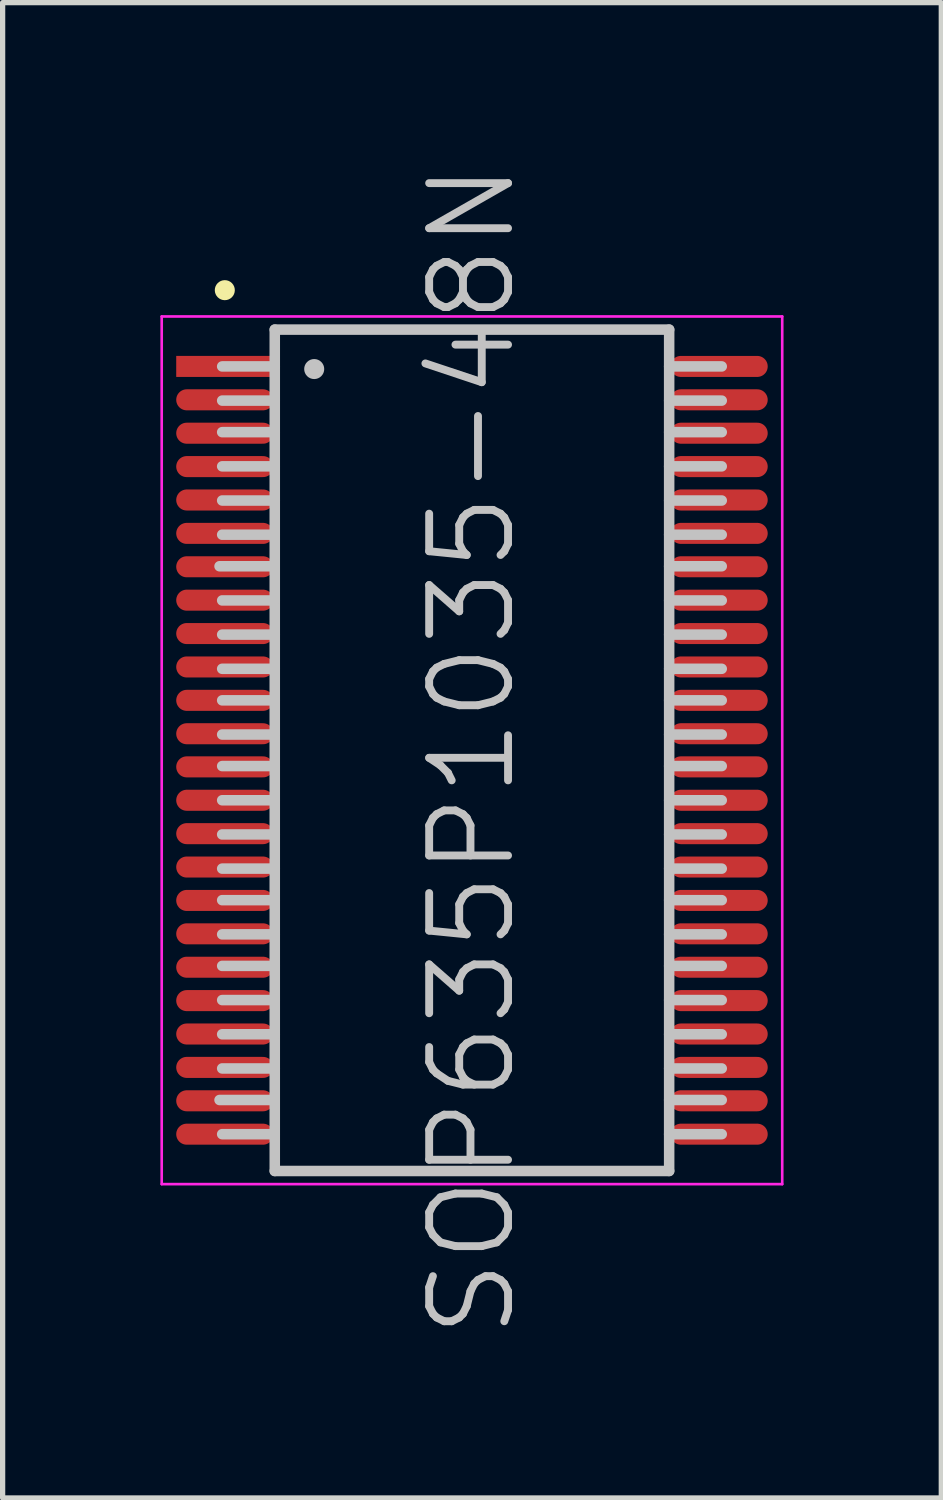
<source format=kicad_pcb>
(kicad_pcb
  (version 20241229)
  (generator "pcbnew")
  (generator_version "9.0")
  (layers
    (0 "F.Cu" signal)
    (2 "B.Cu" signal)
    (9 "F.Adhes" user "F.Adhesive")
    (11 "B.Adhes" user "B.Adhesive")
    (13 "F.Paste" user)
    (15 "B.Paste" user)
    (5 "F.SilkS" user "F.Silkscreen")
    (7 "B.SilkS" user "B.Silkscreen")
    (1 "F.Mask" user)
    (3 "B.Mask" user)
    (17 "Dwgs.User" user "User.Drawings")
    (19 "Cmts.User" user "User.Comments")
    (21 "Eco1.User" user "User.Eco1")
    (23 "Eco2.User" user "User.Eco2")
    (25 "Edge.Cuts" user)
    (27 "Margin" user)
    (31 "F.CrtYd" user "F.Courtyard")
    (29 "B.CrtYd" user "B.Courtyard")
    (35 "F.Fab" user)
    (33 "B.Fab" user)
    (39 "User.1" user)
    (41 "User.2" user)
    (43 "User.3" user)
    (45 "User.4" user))
  (footprint "SOP635P1035-48N"
    (layer "F.Cu")
    (at 5.925 11.218)
    (property "Reference" "SOP635P1035-48N" (at 0 0 90) (layer "Dwgs.User") (effects (font (size 1.5 1.5) (thickness 0.15))))
    (attr smd)
    (fp_line (start -4.7 -8.75) (end -4.7 -8.75) (stroke (width 0.381) (type solid)) (layer "F.SilkS"))
    (fp_line (start -3.8 -3.5) (end -4.8 -3.5) (stroke (width 0.2) (type solid)) (layer "Dwgs.User"))
    (fp_line (start -3.8 6.65) (end -4.8 6.65) (stroke (width 0.2) (type solid)) (layer "Dwgs.User"))
    (fp_line (start -3.75 -8) (end -3.75 8) (stroke (width 0.2) (type solid)) (layer "Dwgs.User"))
    (fp_line (start -3.75 -8) (end 3.75 -8) (stroke (width 0.2) (type solid)) (layer "Dwgs.User"))
    (fp_line (start -3.75 -7.3) (end -4.75 -7.3) (stroke (width 0.2) (type solid)) (layer "Dwgs.User"))
    (fp_line (start -3.75 -6.65) (end -4.75 -6.65) (stroke (width 0.2) (type solid)) (layer "Dwgs.User"))
    (fp_line (start -3.75 -6.05) (end -4.75 -6.05) (stroke (width 0.2) (type solid)) (layer "Dwgs.User"))
    (fp_line (start -3.75 -5.4) (end -4.75 -5.4) (stroke (width 0.2) (type solid)) (layer "Dwgs.User"))
    (fp_line (start -3.75 -4.75) (end -4.75 -4.75) (stroke (width 0.2) (type solid)) (layer "Dwgs.User"))
    (fp_line (start -3.75 -4.1) (end -4.75 -4.1) (stroke (width 0.2) (type solid)) (layer "Dwgs.User"))
    (fp_line (start -3.75 -2.85) (end -4.75 -2.85) (stroke (width 0.2) (type solid)) (layer "Dwgs.User"))
    (fp_line (start -3.75 -2.2) (end -4.75 -2.2) (stroke (width 0.2) (type solid)) (layer "Dwgs.User"))
    (fp_line (start -3.75 -1.55) (end -4.75 -1.55) (stroke (width 0.2) (type solid)) (layer "Dwgs.User"))
    (fp_line (start -3.75 -0.95) (end -4.75 -0.95) (stroke (width 0.2) (type solid)) (layer "Dwgs.User"))
    (fp_line (start -3.75 -0.3) (end -4.75 -0.3) (stroke (width 0.2) (type solid)) (layer "Dwgs.User"))
    (fp_line (start -3.75 0.3) (end -4.75 0.3) (stroke (width 0.2) (type solid)) (layer "Dwgs.User"))
    (fp_line (start -3.75 0.95) (end -4.75 0.95) (stroke (width 0.2) (type solid)) (layer "Dwgs.User"))
    (fp_line (start -3.75 1.6) (end -4.75 1.6) (stroke (width 0.2) (type solid)) (layer "Dwgs.User"))
    (fp_line (start -3.75 2.25) (end -4.75 2.25) (stroke (width 0.2) (type solid)) (layer "Dwgs.User"))
    (fp_line (start -3.75 2.85) (end -4.75 2.85) (stroke (width 0.2) (type solid)) (layer "Dwgs.User"))
    (fp_line (start -3.75 3.5) (end -4.75 3.5) (stroke (width 0.2) (type solid)) (layer "Dwgs.User"))
    (fp_line (start -3.75 4.1) (end -4.75 4.1) (stroke (width 0.2) (type solid)) (layer "Dwgs.User"))
    (fp_line (start -3.75 4.75) (end -4.75 4.75) (stroke (width 0.2) (type solid)) (layer "Dwgs.User"))
    (fp_line (start -3.75 5.4) (end -4.75 5.4) (stroke (width 0.2) (type solid)) (layer "Dwgs.User"))
    (fp_line (start -3.75 6.05) (end -4.75 6.05) (stroke (width 0.2) (type solid)) (layer "Dwgs.User"))
    (fp_line (start -3.75 7.3) (end -4.75 7.3) (stroke (width 0.2) (type solid)) (layer "Dwgs.User"))
    (fp_line (start -3.75 8) (end 3.75 8) (stroke (width 0.2) (type solid)) (layer "Dwgs.User"))
    (fp_line (start -3 -7.25) (end -3 -7.25) (stroke (width 0.381) (type solid)) (layer "Dwgs.User"))
    (fp_line (start 3.75 -8) (end 3.75 8) (stroke (width 0.2) (type solid)) (layer "Dwgs.User"))
    (fp_line (start 4.75 -7.3) (end 3.75 -7.3) (stroke (width 0.2) (type solid)) (layer "Dwgs.User"))
    (fp_line (start 4.75 -6.65) (end 3.75 -6.65) (stroke (width 0.2) (type solid)) (layer "Dwgs.User"))
    (fp_line (start 4.75 -6.05) (end 3.75 -6.05) (stroke (width 0.2) (type solid)) (layer "Dwgs.User"))
    (fp_line (start 4.75 -5.4) (end 3.75 -5.4) (stroke (width 0.2) (type solid)) (layer "Dwgs.User"))
    (fp_line (start 4.75 -4.75) (end 3.75 -4.75) (stroke (width 0.2) (type solid)) (layer "Dwgs.User"))
    (fp_line (start 4.75 -4.1) (end 3.75 -4.1) (stroke (width 0.2) (type solid)) (layer "Dwgs.User"))
    (fp_line (start 4.75 -3.5) (end 3.75 -3.5) (stroke (width 0.2) (type solid)) (layer "Dwgs.User"))
    (fp_line (start 4.75 -2.85) (end 3.75 -2.85) (stroke (width 0.2) (type solid)) (layer "Dwgs.User"))
    (fp_line (start 4.75 -2.2) (end 3.75 -2.2) (stroke (width 0.2) (type solid)) (layer "Dwgs.User"))
    (fp_line (start 4.75 -1.55) (end 3.75 -1.55) (stroke (width 0.2) (type solid)) (layer "Dwgs.User"))
    (fp_line (start 4.75 -0.95) (end 3.75 -0.95) (stroke (width 0.2) (type solid)) (layer "Dwgs.User"))
    (fp_line (start 4.75 -0.3) (end 3.75 -0.3) (stroke (width 0.2) (type solid)) (layer "Dwgs.User"))
    (fp_line (start 4.75 0.3) (end 3.75 0.3) (stroke (width 0.2) (type solid)) (layer "Dwgs.User"))
    (fp_line (start 4.75 0.95) (end 3.75 0.95) (stroke (width 0.2) (type solid)) (layer "Dwgs.User"))
    (fp_line (start 4.75 1.6) (end 3.75 1.6) (stroke (width 0.2) (type solid)) (layer "Dwgs.User"))
    (fp_line (start 4.75 2.25) (end 3.75 2.25) (stroke (width 0.2) (type solid)) (layer "Dwgs.User"))
    (fp_line (start 4.75 2.85) (end 3.75 2.85) (stroke (width 0.2) (type solid)) (layer "Dwgs.User"))
    (fp_line (start 4.75 3.5) (end 3.75 3.5) (stroke (width 0.2) (type solid)) (layer "Dwgs.User"))
    (fp_line (start 4.75 4.1) (end 3.75 4.1) (stroke (width 0.2) (type solid)) (layer "Dwgs.User"))
    (fp_line (start 4.75 4.75) (end 3.75 4.75) (stroke (width 0.2) (type solid)) (layer "Dwgs.User"))
    (fp_line (start 4.75 5.4) (end 3.75 5.4) (stroke (width 0.2) (type solid)) (layer "Dwgs.User"))
    (fp_line (start 4.75 6.05) (end 3.75 6.05) (stroke (width 0.2) (type solid)) (layer "Dwgs.User"))
    (fp_line (start 4.75 6.65) (end 3.75 6.65) (stroke (width 0.2) (type solid)) (layer "Dwgs.User"))
    (fp_line (start 4.75 7.3) (end 3.75 7.3) (stroke (width 0.2) (type solid)) (layer "Dwgs.User"))
    (fp_line (start -5.9 -8.25) (end -5.9 8.25) (stroke (width 0.05) (type solid)) (layer "F.CrtYd"))
    (fp_line (start -5.9 -8.25) (end 5.9 -8.25) (stroke (width 0.05) (type solid)) (layer "F.CrtYd"))
    (fp_line (start -5.9 8.25) (end 5.9 8.25) (stroke (width 0.05) (type solid)) (layer "F.CrtYd"))
    (fp_line (start 5.9 -8.25) (end 5.9 8.25) (stroke (width 0.05) (type solid)) (layer "F.CrtYd"))
    (pad "1" smd rect (at -4.699 -7.3 90) (size 0.4 1.85) (layers "F.Cu" "F.Mask" "F.Paste"))
    (pad "2" smd oval (at -4.699 -6.665 90) (size 0.4 1.85) (layers "F.Cu" "F.Mask" "F.Paste"))
    (pad "3" smd oval (at -4.699 -6.03 90) (size 0.4 1.85) (layers "F.Cu" "F.Mask" "F.Paste"))
    (pad "4" smd oval (at -4.699 -5.395 90) (size 0.4 1.85) (layers "F.Cu" "F.Mask" "F.Paste"))
    (pad "5" smd oval (at -4.699 -4.76 90) (size 0.4 1.85) (layers "F.Cu" "F.Mask" "F.Paste"))
    (pad "6" smd oval (at -4.699 -4.125 90) (size 0.4 1.85) (layers "F.Cu" "F.Mask" "F.Paste"))
    (pad "7" smd oval (at -4.699 -3.49 90) (size 0.4 1.85) (layers "F.Cu" "F.Mask" "F.Paste"))
    (pad "8" smd oval (at -4.699 -2.855 90) (size 0.4 1.85) (layers "F.Cu" "F.Mask" "F.Paste"))
    (pad "9" smd oval (at -4.699 -2.22 90) (size 0.4 1.85) (layers "F.Cu" "F.Mask" "F.Paste"))
    (pad "10" smd oval (at -4.699 -1.585 90) (size 0.4 1.85) (layers "F.Cu" "F.Mask" "F.Paste"))
    (pad "11" smd oval (at -4.699 -0.95 90) (size 0.4 1.85) (layers "F.Cu" "F.Mask" "F.Paste"))
    (pad "12" smd oval (at -4.699 -0.315 90) (size 0.4 1.85) (layers "F.Cu" "F.Mask" "F.Paste"))
    (pad "13" smd oval (at -4.699 0.315 90) (size 0.4 1.85) (layers "F.Cu" "F.Mask" "F.Paste"))
    (pad "14" smd oval (at -4.699 0.95 90) (size 0.4 1.85) (layers "F.Cu" "F.Mask" "F.Paste"))
    (pad "15" smd oval (at -4.699 1.585 90) (size 0.4 1.85) (layers "F.Cu" "F.Mask" "F.Paste"))
    (pad "16" smd oval (at -4.699 2.22 90) (size 0.4 1.85) (layers "F.Cu" "F.Mask" "F.Paste"))
    (pad "17" smd oval (at -4.699 2.855 90) (size 0.4 1.85) (layers "F.Cu" "F.Mask" "F.Paste"))
    (pad "18" smd oval (at -4.699 3.49 90) (size 0.4 1.85) (layers "F.Cu" "F.Mask" "F.Paste"))
    (pad "19" smd oval (at -4.699 4.125 90) (size 0.4 1.85) (layers "F.Cu" "F.Mask" "F.Paste"))
    (pad "20" smd oval (at -4.699 4.76 90) (size 0.4 1.85) (layers "F.Cu" "F.Mask" "F.Paste"))
    (pad "21" smd oval (at -4.699 5.395 90) (size 0.4 1.85) (layers "F.Cu" "F.Mask" "F.Paste"))
    (pad "22" smd oval (at -4.699 6.03 90) (size 0.4 1.85) (layers "F.Cu" "F.Mask" "F.Paste"))
    (pad "23" smd oval (at -4.699 6.665 90) (size 0.4 1.85) (layers "F.Cu" "F.Mask" "F.Paste"))
    (pad "24" smd oval (at -4.699 7.3 90) (size 0.4 1.85) (layers "F.Cu" "F.Mask" "F.Paste"))
    (pad "25" smd oval (at 4.699 7.3 270) (size 0.4 1.85) (layers "F.Cu" "F.Mask" "F.Paste"))
    (pad "26" smd oval (at 4.699 6.665 270) (size 0.4 1.85) (layers "F.Cu" "F.Mask" "F.Paste"))
    (pad "27" smd oval (at 4.699 6.03 270) (size 0.4 1.85) (layers "F.Cu" "F.Mask" "F.Paste"))
    (pad "28" smd oval (at 4.699 5.395 270) (size 0.4 1.85) (layers "F.Cu" "F.Mask" "F.Paste"))
    (pad "29" smd oval (at 4.699 4.76 270) (size 0.4 1.85) (layers "F.Cu" "F.Mask" "F.Paste"))
    (pad "30" smd oval (at 4.699 4.125 270) (size 0.4 1.85) (layers "F.Cu" "F.Mask" "F.Paste"))
    (pad "31" smd oval (at 4.699 3.49 270) (size 0.4 1.85) (layers "F.Cu" "F.Mask" "F.Paste"))
    (pad "32" smd oval (at 4.699 2.855 270) (size 0.4 1.85) (layers "F.Cu" "F.Mask" "F.Paste"))
    (pad "33" smd oval (at 4.699 2.22 270) (size 0.4 1.85) (layers "F.Cu" "F.Mask" "F.Paste"))
    (pad "34" smd oval (at 4.699 1.585 270) (size 0.4 1.85) (layers "F.Cu" "F.Mask" "F.Paste"))
    (pad "35" smd oval (at 4.699 0.95 270) (size 0.4 1.85) (layers "F.Cu" "F.Mask" "F.Paste"))
    (pad "36" smd oval (at 4.699 0.315 270) (size 0.4 1.85) (layers "F.Cu" "F.Mask" "F.Paste"))
    (pad "37" smd oval (at 4.699 -0.315 270) (size 0.4 1.85) (layers "F.Cu" "F.Mask" "F.Paste"))
    (pad "38" smd oval (at 4.699 -0.95 270) (size 0.4 1.85) (layers "F.Cu" "F.Mask" "F.Paste"))
    (pad "39" smd oval (at 4.699 -1.585 270) (size 0.4 1.85) (layers "F.Cu" "F.Mask" "F.Paste"))
    (pad "40" smd oval (at 4.699 -2.22 270) (size 0.4 1.85) (layers "F.Cu" "F.Mask" "F.Paste"))
    (pad "41" smd oval (at 4.699 -2.855 270) (size 0.4 1.85) (layers "F.Cu" "F.Mask" "F.Paste"))
    (pad "42" smd oval (at 4.699 -3.49 270) (size 0.4 1.85) (layers "F.Cu" "F.Mask" "F.Paste"))
    (pad "43" smd oval (at 4.699 -4.125 270) (size 0.4 1.85) (layers "F.Cu" "F.Mask" "F.Paste"))
    (pad "44" smd oval (at 4.699 -4.76 270) (size 0.4 1.85) (layers "F.Cu" "F.Mask" "F.Paste"))
    (pad "45" smd oval (at 4.699 -5.395 270) (size 0.4 1.85) (layers "F.Cu" "F.Mask" "F.Paste"))
    (pad "46" smd oval (at 4.699 -6.03 270) (size 0.4 1.85) (layers "F.Cu" "F.Mask" "F.Paste"))
    (pad "47" smd oval (at 4.699 -6.665 270) (size 0.4 1.85) (layers "F.Cu" "F.Mask" "F.Paste"))
    (pad "48" smd oval (at 4.699 -7.3 270) (size 0.4 1.85) (layers "F.Cu" "F.Mask" "F.Paste")))
  (gr_rect
    (start -3 -3)
    (end 14.85 25.436)
    (stroke (width 0.1) (type default))
    (fill no)
    (layer "Edge.Cuts")))
</source>
